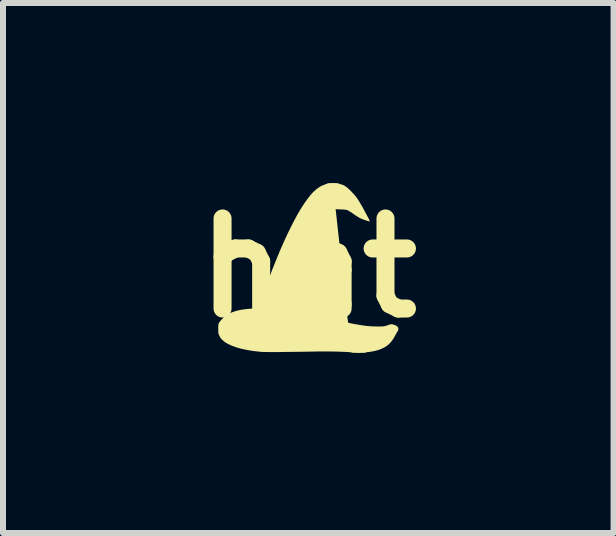
<source format=kicad_pcb>
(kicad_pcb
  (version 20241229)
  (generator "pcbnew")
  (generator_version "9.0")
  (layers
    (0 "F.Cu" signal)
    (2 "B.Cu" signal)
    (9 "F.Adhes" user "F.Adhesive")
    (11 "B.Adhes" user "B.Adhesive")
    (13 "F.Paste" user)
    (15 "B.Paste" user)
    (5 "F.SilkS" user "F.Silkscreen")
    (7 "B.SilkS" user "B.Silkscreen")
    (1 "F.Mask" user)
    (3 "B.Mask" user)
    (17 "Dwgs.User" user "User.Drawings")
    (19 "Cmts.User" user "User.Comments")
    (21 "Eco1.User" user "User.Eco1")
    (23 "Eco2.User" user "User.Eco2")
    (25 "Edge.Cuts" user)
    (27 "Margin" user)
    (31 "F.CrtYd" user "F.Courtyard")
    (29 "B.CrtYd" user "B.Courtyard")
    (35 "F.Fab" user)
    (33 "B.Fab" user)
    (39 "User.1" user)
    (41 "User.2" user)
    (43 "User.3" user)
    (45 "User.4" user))
  (footprint "hat"
    (layer "F.Cu")
    (at 2.086 1.411)
    (property "Reference" "hat" (at 0 0 0) (layer "F.SilkS") (effects (font (size 1.5 1.5) (thickness 0.3))))
    (attr board_only exclude_from_pos_files exclude_from_bom)
    (fp_poly (pts (xy 0.452 -1.411) (xy 0.476 -1.41) (xy 0.493 -1.409) (xy 0.5 -1.407) (xy 0.5 -1.407) (xy 0.506 -1.403) (xy 0.52 -1.397) (xy 0.532 -1.394) (xy 0.564 -1.385) (xy 0.593 -1.373) (xy 0.622 -1.355) (xy 0.652 -1.332) (xy 0.686 -1.301) (xy 0.709 -1.279) (xy 0.764 -1.22) (xy 0.808 -1.166) (xy 0.824 -1.142) (xy 0.839 -1.118) (xy 0.857 -1.088) (xy 0.878 -1.053) (xy 0.9 -1.015) (xy 0.922 -0.975) (xy 0.944 -0.934) (xy 0.965 -0.895) (xy 0.984 -0.859) (xy 1.001 -0.828) (xy 1.013 -0.802) (xy 1.022 -0.784) (xy 1.025 -0.774) (xy 1.025 -0.773) (xy 1.015 -0.774) (xy 0.997 -0.778) (xy 0.972 -0.785) (xy 0.944 -0.795) (xy 0.915 -0.805) (xy 0.889 -0.815) (xy 0.87 -0.823) (xy 0.851 -0.833) (xy 0.825 -0.849) (xy 0.794 -0.868) (xy 0.764 -0.889) (xy 0.756 -0.895) (xy 0.727 -0.915) (xy 0.698 -0.934) (xy 0.674 -0.948) (xy 0.656 -0.958) (xy 0.652 -0.96) (xy 0.627 -0.966) (xy 0.59 -0.97) (xy 0.541 -0.973) (xy 0.539 -0.973) (xy 0.454 -0.976) (xy 0.458 -0.949) (xy 0.459 -0.939) (xy 0.462 -0.918) (xy 0.465 -0.886) (xy 0.47 -0.844) (xy 0.475 -0.794) (xy 0.482 -0.734) (xy 0.489 -0.668) (xy 0.497 -0.595) (xy 0.506 -0.517) (xy 0.515 -0.434) (xy 0.524 -0.347) (xy 0.534 -0.257) (xy 0.544 -0.166) (xy 0.554 -0.073) (xy 0.564 0.02) (xy 0.574 0.113) (xy 0.584 0.204) (xy 0.594 0.293) (xy 0.603 0.378) (xy 0.612 0.46) (xy 0.62 0.536) (xy 0.628 0.606) (xy 0.634 0.67) (xy 0.64 0.725) (xy 0.645 0.772) (xy 0.65 0.815) (xy 0.655 0.852) (xy 0.659 0.882) (xy 0.662 0.903) (xy 0.664 0.913) (xy 0.665 0.914) (xy 0.673 0.917) (xy 0.693 0.922) (xy 0.722 0.928) (xy 0.759 0.935) (xy 0.802 0.943) (xy 0.851 0.951) (xy 0.903 0.959) (xy 0.927 0.963) (xy 0.983 0.97) (xy 1.036 0.974) (xy 1.091 0.977) (xy 1.146 0.978) (xy 1.187 0.978) (xy 1.218 0.977) (xy 1.242 0.976) (xy 1.26 0.975) (xy 1.277 0.971) (xy 1.293 0.967) (xy 1.312 0.96) (xy 1.321 0.957) (xy 1.349 0.948) (xy 1.368 0.942) (xy 1.382 0.94) (xy 1.396 0.941) (xy 1.41 0.944) (xy 1.445 0.955) (xy 1.474 0.971) (xy 1.486 0.98) (xy 1.497 0.997) (xy 1.501 1.019) (xy 1.497 1.042) (xy 1.488 1.058) (xy 1.48 1.07) (xy 1.468 1.089) (xy 1.455 1.113) (xy 1.45 1.124) (xy 1.411 1.191) (xy 1.367 1.248) (xy 1.317 1.294) (xy 1.258 1.332) (xy 1.191 1.361) (xy 1.167 1.369) (xy 1.134 1.379) (xy 1.096 1.388) (xy 1.058 1.395) (xy 1.023 1.401) (xy 0.994 1.405) (xy 0.983 1.405) (xy 0.969 1.407) (xy 0.962 1.411) (xy 0.962 1.411) (xy 0.956 1.414) (xy 0.94 1.415) (xy 0.916 1.417) (xy 0.886 1.417) (xy 0.853 1.418) (xy 0.819 1.418) (xy 0.787 1.417) (xy 0.759 1.416) (xy 0.737 1.415) (xy 0.723 1.413) (xy 0.721 1.412) (xy 0.713 1.409) (xy 0.695 1.407) (xy 0.666 1.404) (xy 0.629 1.402) (xy 0.583 1.4) (xy 0.532 1.398) (xy 0.475 1.396) (xy 0.415 1.395) (xy 0.352 1.394) (xy 0.287 1.394) (xy 0.222 1.394) (xy 0.159 1.394) (xy 0.125 1.395) (xy 0.00012 1.397) (xy -0.113 1.399) (xy -0.215 1.4) (xy -0.306 1.401) (xy -0.387 1.402) (xy -0.459 1.403) (xy -0.522 1.404) (xy -0.577 1.404) (xy -0.625 1.404) (xy -0.666 1.404) (xy -0.701 1.403) (xy -0.73 1.403) (xy -0.755 1.402) (xy -0.776 1.401) (xy -0.793 1.4) (xy -0.798 1.399) (xy -0.911 1.387) (xy -1.015 1.37) (xy -1.111 1.35) (xy -1.197 1.326) (xy -1.273 1.299) (xy -1.338 1.269) (xy -1.393 1.236) (xy -1.436 1.199) (xy -1.462 1.169) (xy -1.473 1.149) (xy -1.482 1.131) (xy -1.485 1.124) (xy -1.489 1.112) (xy -1.494 1.108) (xy -1.496 1.102) (xy -1.498 1.085) (xy -1.499 1.061) (xy -1.5 1.031) (xy -1.5 1.019) (xy -1.5 0.987) (xy -1.499 0.96) (xy -1.497 0.941) (xy -1.495 0.931) (xy -1.494 0.93) (xy -1.489 0.925) (xy -1.485 0.914) (xy -1.479 0.903) (xy -1.465 0.886) (xy -1.447 0.865) (xy -1.425 0.843) (xy -1.396 0.814) (xy -1.37 0.793) (xy -1.345 0.776) (xy -1.317 0.761) (xy -1.257 0.736) (xy -1.191 0.715) (xy -1.118 0.699) (xy -1.036 0.688) (xy -0.944 0.68) (xy -0.92 0.679) (xy -0.83 0.675) (xy -0.775 0.513) (xy -0.717 0.344) (xy -0.657 0.18) (xy -0.596 0.02) (xy -0.534 -0.135) (xy -0.473 -0.283) (xy -0.411 -0.424) (xy -0.35 -0.557) (xy -0.289 -0.682) (xy -0.23 -0.797) (xy -0.173 -0.902) (xy -0.117 -0.996) (xy -0.069 -1.07) (xy -0.017 -1.143) (xy 0.031 -1.205) (xy 0.077 -1.257) (xy 0.123 -1.3) (xy 0.168 -1.334) (xy 0.214 -1.362) (xy 0.262 -1.382) (xy 0.275 -1.387) (xy 0.297 -1.395) (xy 0.314 -1.402) (xy 0.322 -1.406) (xy 0.322 -1.407) (xy 0.328 -1.409) (xy 0.345 -1.41) (xy 0.368 -1.411) (xy 0.396 -1.411) (xy 0.425 -1.411)) (stroke (width 0) (type solid)) (fill yes) (layer "F.SilkS")))
  (gr_rect
    (start -3 -3)
    (end 7.171 5.829)
    (stroke (width 0.1) (type default))
    (fill no)
    (layer "Edge.Cuts")))
</source>
